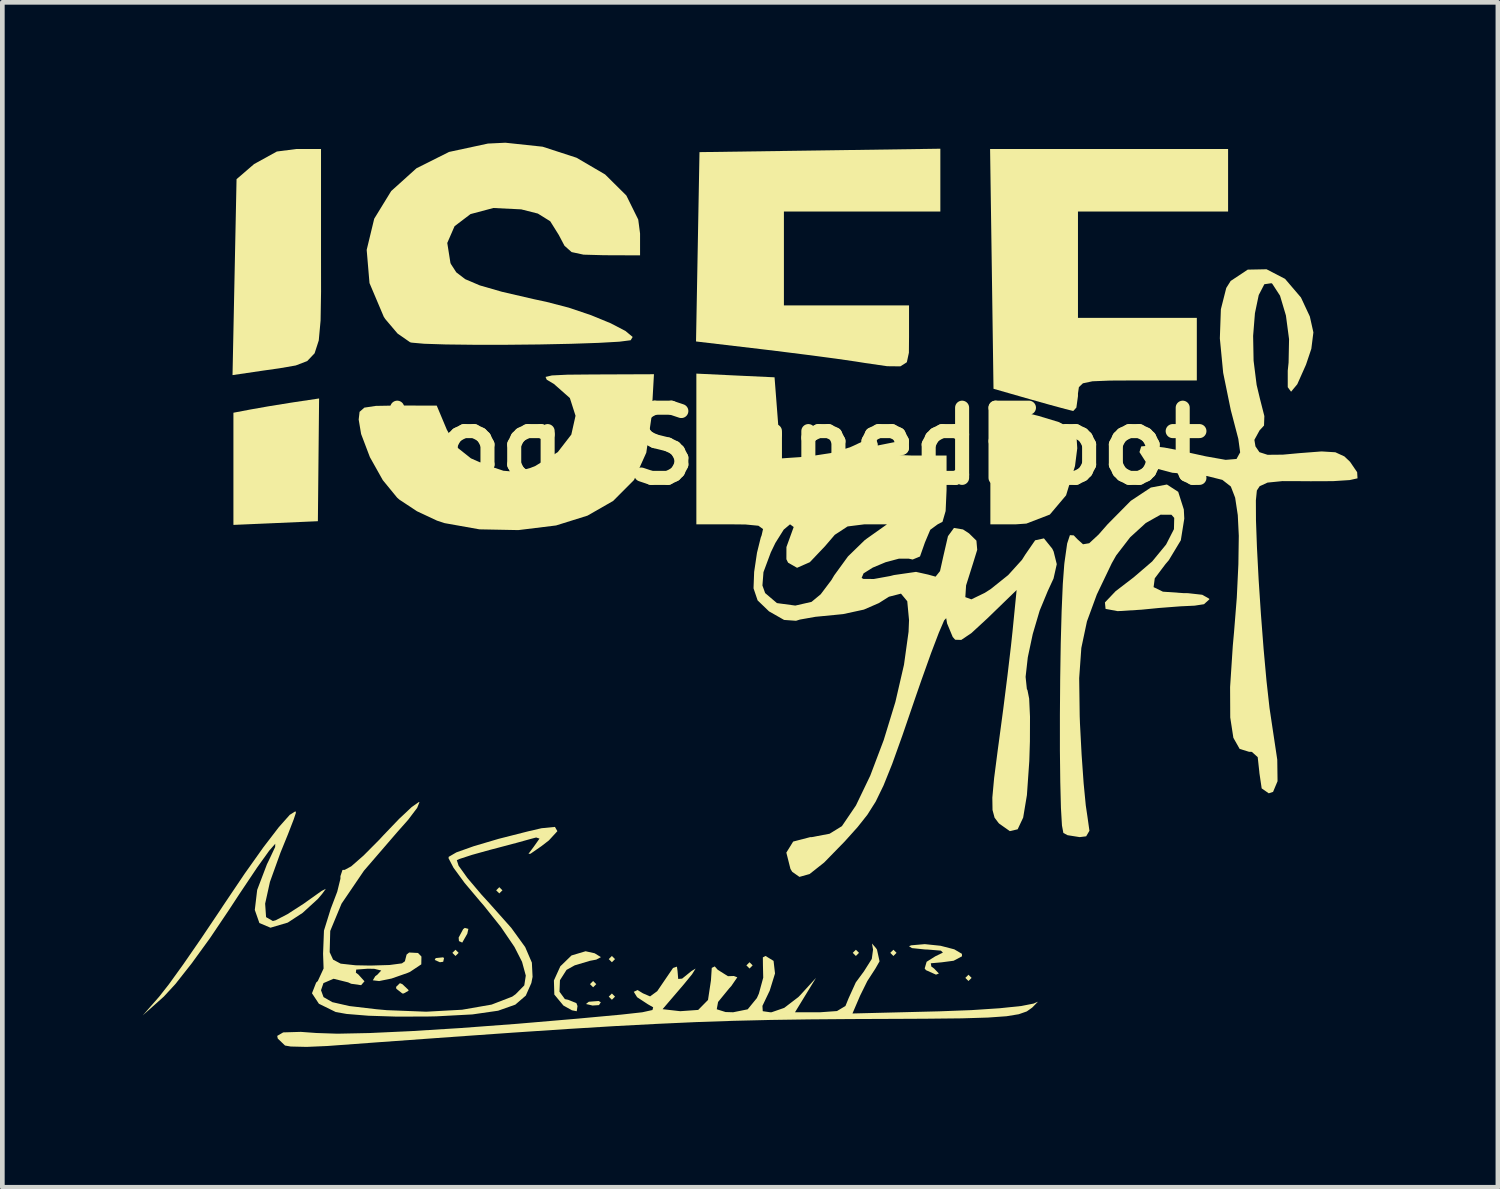
<source format=kicad_pcb>
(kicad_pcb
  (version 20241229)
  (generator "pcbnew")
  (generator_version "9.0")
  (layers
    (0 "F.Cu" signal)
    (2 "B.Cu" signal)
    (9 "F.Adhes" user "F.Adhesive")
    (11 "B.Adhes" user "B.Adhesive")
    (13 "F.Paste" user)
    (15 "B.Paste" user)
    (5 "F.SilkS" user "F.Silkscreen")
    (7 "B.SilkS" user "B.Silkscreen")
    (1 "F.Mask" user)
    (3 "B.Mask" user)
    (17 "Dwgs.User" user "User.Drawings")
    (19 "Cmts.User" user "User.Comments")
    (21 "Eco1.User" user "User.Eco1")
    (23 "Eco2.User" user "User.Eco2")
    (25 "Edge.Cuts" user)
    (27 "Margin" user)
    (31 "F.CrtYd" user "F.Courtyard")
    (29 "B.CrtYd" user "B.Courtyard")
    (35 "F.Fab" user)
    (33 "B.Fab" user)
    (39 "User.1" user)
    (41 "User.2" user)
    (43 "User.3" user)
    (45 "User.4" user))
  (footprint "LogoSignedFoot"
    (layer "F.Cu")
    (at 13.903 6.484)
    (property "Reference" "LogoSignedFoot" (at 0 0 0) (layer "F.SilkS") (effects (font (size 1.5 1.5) (thickness 0.3))))
    (attr board_only exclude_from_pos_files exclude_from_bom)
    (fp_poly (pts (xy -7.152 10.828) (xy -7.219 10.895) (xy -7.286 10.828) (xy -7.219 10.762)) (stroke (width 0) (type solid)) (fill yes) (layer "F.SilkS"))
    (fp_poly (pts (xy -6.216 9.492) (xy -6.283 9.558) (xy -6.35 9.492) (xy -6.283 9.425)) (stroke (width 0) (type solid)) (fill yes) (layer "F.SilkS"))
    (fp_poly (pts (xy -4.211 11.497) (xy -4.278 11.564) (xy -4.345 11.497) (xy -4.278 11.43)) (stroke (width 0) (type solid)) (fill yes) (layer "F.SilkS"))
    (fp_poly (pts (xy -3.81 10.962) (xy -3.877 11.029) (xy -3.944 10.962) (xy -3.877 10.895)) (stroke (width 0) (type solid)) (fill yes) (layer "F.SilkS"))
    (fp_poly (pts (xy -3.81 11.764) (xy -3.877 11.831) (xy -3.944 11.764) (xy -3.877 11.697)) (stroke (width 0) (type solid)) (fill yes) (layer "F.SilkS"))
    (fp_poly (pts (xy -0.869 11.096) (xy -0.936 11.163) (xy -1.003 11.096) (xy -0.936 11.029)) (stroke (width 0) (type solid)) (fill yes) (layer "F.SilkS"))
    (fp_poly (pts (xy 1.404 10.828) (xy 1.337 10.895) (xy 1.27 10.828) (xy 1.337 10.762)) (stroke (width 0) (type solid)) (fill yes) (layer "F.SilkS"))
    (fp_poly (pts (xy 2.206 10.828) (xy 2.139 10.895) (xy 2.072 10.828) (xy 2.139 10.762)) (stroke (width 0) (type solid)) (fill yes) (layer "F.SilkS"))
    (fp_poly (pts (xy 3.81 11.363) (xy 3.743 11.43) (xy 3.676 11.363) (xy 3.743 11.296)) (stroke (width 0) (type solid)) (fill yes) (layer "F.SilkS"))
    (fp_poly (pts (xy -7.464 10.94) (xy -7.482 11.019) (xy -7.553 11.029) (xy -7.663 10.98) (xy -7.642 10.94) (xy -7.484 10.924)) (stroke (width 0) (type solid)) (fill yes) (layer "F.SilkS"))
    (fp_poly (pts (xy -4.114 11.884) (xy -4.153 11.945) (xy -4.289 11.954) (xy -4.432 11.922) (xy -4.37 11.873) (xy -4.161 11.857)) (stroke (width 0) (type solid)) (fill yes) (layer "F.SilkS"))
    (fp_poly (pts (xy -6.944 10.316) (xy -6.967 10.42) (xy -7.075 10.609) (xy -7.145 10.577) (xy -7.152 10.502) (xy -7.055 10.321) (xy -7.02 10.295)) (stroke (width 0) (type solid)) (fill yes) (layer "F.SilkS"))
    (fp_poly (pts (xy -8.355 11.497) (xy -8.228 11.617) (xy -8.222 11.638) (xy -8.325 11.696) (xy -8.355 11.697) (xy -8.484 11.595) (xy -8.489 11.556) (xy -8.407 11.476)) (stroke (width 0) (type solid)) (fill yes) (layer "F.SilkS"))
    (fp_poly (pts (xy -10.147 0.292) (xy -10.16 1.604) (xy -11.062 1.644) (xy -11.965 1.683) (xy -11.965 0.485) (xy -11.965 -0.714) (xy -11.597 -0.784) (xy -11.217 -0.851) (xy -10.759 -0.925) (xy -10.682 -0.937) (xy -10.134 -1.019)) (stroke (width 0) (type solid)) (fill yes) (layer "F.SilkS"))
    (fp_poly (pts (xy 4.579 -0.809) (xy 5.237 -0.647) (xy 5.676 -0.514) (xy 5.934 -0.377) (xy 6.052 -0.202) (xy 6.068 0.045) (xy 6.023 0.399) (xy 6.019 0.427) (xy 5.829 1.051) (xy 5.482 1.462) (xy 4.981 1.655) (xy 4.752 1.671) (xy 4.211 1.671) (xy 4.211 0.387) (xy 4.211 -0.898)) (stroke (width 0) (type solid)) (fill yes) (layer "F.SilkS"))
    (fp_poly (pts (xy -10.093 -4.141) (xy -10.092 -3.299) (xy -10.102 -2.685) (xy -10.141 -2.259) (xy -10.23 -1.984) (xy -10.388 -1.818) (xy -10.633 -1.724) (xy -10.986 -1.663) (xy -11.339 -1.613) (xy -11.984 -1.518) (xy -11.941 -3.612) (xy -11.898 -5.705) (xy -11.523 -6.028) (xy -11.037 -6.296) (xy -10.62 -6.35) (xy -10.093 -6.35)) (stroke (width 0) (type solid)) (fill yes) (layer "F.SilkS"))
    (fp_poly (pts (xy -4.246 10.837) (xy -4.111 10.92) (xy -4.211 10.973) (xy -4.345 10.998) (xy -4.671 11.095) (xy -4.846 11.192) (xy -4.987 11.413) (xy -4.997 11.659) (xy -4.881 11.817) (xy -4.813 11.831) (xy -4.635 11.903) (xy -4.612 11.965) (xy -4.628 12.076) (xy -4.731 12.056) (xy -4.913 11.954) (xy -5.107 11.72) (xy -5.116 11.418) (xy -4.979 11.116) (xy -4.74 10.884) (xy -4.439 10.794)) (stroke (width 0) (type solid)) (fill yes) (layer "F.SilkS"))
    (fp_poly (pts (xy 3.146 10.677) (xy 3.44 10.753) (xy 3.603 10.849) (xy 3.605 10.902) (xy 3.426 10.997) (xy 3.167 11.031) (xy 2.938 11.051) (xy 2.95 11.121) (xy 3.008 11.163) (xy 3.111 11.27) (xy 3.049 11.294) (xy 2.835 11.198) (xy 2.807 11.162) (xy 2.849 11.019) (xy 3.033 10.903) (xy 3.197 10.823) (xy 3.154 10.781) (xy 2.876 10.758) (xy 2.807 10.755) (xy 2.536 10.727) (xy 2.472 10.686) (xy 2.52 10.667) (xy 2.81 10.642)) (stroke (width 0) (type solid)) (fill yes) (layer "F.SilkS"))
    (fp_poly (pts (xy 3.142 -5.684) (xy 3.142 -5.013) (xy 1.471 -5.013) (xy -0.201 -5.013) (xy -0.201 -4.011) (xy -0.201 -3.008) (xy 1.136 -3.008) (xy 2.473 -3.008) (xy 2.473 -2.339) (xy 2.47 -1.996) (xy 2.426 -1.793) (xy 2.288 -1.705) (xy 2.006 -1.708) (xy 1.525 -1.778) (xy 1.337 -1.808) (xy 0.908 -1.87) (xy 0.31 -1.949) (xy -0.357 -2.033) (xy -0.705 -2.075) (xy -2.079 -2.237) (xy -2.042 -4.26) (xy -2.005 -6.283) (xy 0.568 -6.319) (xy 3.142 -6.356)) (stroke (width 0) (type solid)) (fill yes) (layer "F.SilkS"))
    (fp_poly (pts (xy 9.291 -5.682) (xy 9.291 -5.013) (xy 7.687 -5.013) (xy 6.083 -5.013) (xy 6.083 -3.877) (xy 6.083 -2.741) (xy 7.353 -2.741) (xy 8.623 -2.741) (xy 8.623 -2.072) (xy 8.623 -1.404) (xy 7.353 -1.404) (xy 6.764 -1.401) (xy 6.393 -1.386) (xy 6.189 -1.343) (xy 6.103 -1.261) (xy 6.083 -1.126) (xy 6.083 -1.069) (xy 6.049 -0.824) (xy 5.982 -0.751) (xy 5.81 -0.794) (xy 5.461 -0.889) (xy 5.08 -0.996) (xy 4.278 -1.226) (xy 4.242 -3.788) (xy 4.205 -6.35) (xy 6.748 -6.35) (xy 9.291 -6.35)) (stroke (width 0) (type solid)) (fill yes) (layer "F.SilkS"))
    (fp_poly (pts (xy -3.029 -0.632) (xy -3.142 0.14) (xy -3.404 0.723) (xy -3.85 1.171) (xy -4.398 1.485) (xy -5.07 1.695) (xy -5.876 1.794) (xy -6.707 1.778) (xy -7.453 1.645) (xy -7.614 1.592) (xy -8.043 1.391) (xy -8.417 1.144) (xy -8.467 1.1) (xy -8.773 0.726) (xy -9.048 0.236) (xy -9.236 -0.259) (xy -9.288 -0.568) (xy -9.269 -0.733) (xy -9.167 -0.823) (xy -8.921 -0.86) (xy -8.47 -0.868) (xy -8.456 -0.868) (xy -7.62 -0.866) (xy -7.404 -0.351) (xy -7.194 0.019) (xy -6.889 0.261) (xy -6.588 0.394) (xy -6.195 0.526) (xy -5.914 0.549) (xy -5.617 0.465) (xy -5.512 0.423) (xy -5.034 0.128) (xy -4.744 -0.247) (xy -4.654 -0.649) (xy -4.775 -1.028) (xy -5.115 -1.328) (xy -5.269 -1.42) (xy -5.295 -1.479) (xy -5.159 -1.511) (xy -4.826 -1.527) (xy -4.263 -1.532) (xy -4.229 -1.532) (xy -2.978 -1.537)) (stroke (width 0) (type solid)) (fill yes) (layer "F.SilkS"))
    (fp_poly (pts (xy -10.629 7.833) (xy -10.676 7.975) (xy -10.799 8.293) (xy -10.96 8.689) (xy -11.184 9.311) (xy -11.287 9.777) (xy -11.267 10.065) (xy -11.122 10.148) (xy -11.062 10.132) (xy -10.809 10.001) (xy -10.465 9.779) (xy -10.361 9.705) (xy -10.08 9.505) (xy -9.99 9.46) (xy -10.067 9.566) (xy -10.16 9.676) (xy -10.486 9.974) (xy -10.804 10.182) (xy -11.173 10.291) (xy -11.41 10.191) (xy -11.508 9.911) (xy -11.457 9.483) (xy -11.248 8.934) (xy -11.21 8.857) (xy -11.073 8.566) (xy -11.071 8.497) (xy -11.201 8.646) (xy -11.459 9.006) (xy -11.838 9.572) (xy -12.07 9.926) (xy -12.467 10.516) (xy -12.861 11.059) (xy -13.205 11.495) (xy -13.453 11.764) (xy -13.453 11.764) (xy -13.903 12.165) (xy -13.551 11.764) (xy -13.346 11.503) (xy -13.036 11.073) (xy -12.66 10.529) (xy -12.256 9.928) (xy -12.181 9.814) (xy -11.726 9.138) (xy -11.325 8.573) (xy -10.996 8.144) (xy -10.761 7.879) (xy -10.64 7.803)) (stroke (width 0) (type solid)) (fill yes) (layer "F.SilkS"))
    (fp_poly (pts (xy -5.357 -6.399) (xy -4.632 -6.163) (xy -4.022 -5.806) (xy -3.568 -5.356) (xy -3.314 -4.842) (xy -3.275 -4.545) (xy -3.275 -4.077) (xy -4.044 -4.08) (xy -4.483 -4.092) (xy -4.738 -4.147) (xy -4.89 -4.282) (xy -5.013 -4.515) (xy -5.195 -4.806) (xy -5.459 -4.97) (xy -5.815 -5.06) (xy -6.41 -5.089) (xy -6.898 -4.959) (xy -7.239 -4.7) (xy -7.395 -4.342) (xy -7.327 -3.914) (xy -7.316 -3.89) (xy -7.202 -3.714) (xy -7.011 -3.568) (xy -6.699 -3.435) (xy -6.224 -3.298) (xy -5.541 -3.14) (xy -5.279 -3.084) (xy -4.797 -2.959) (xy -4.321 -2.798) (xy -3.901 -2.625) (xy -3.588 -2.462) (xy -3.433 -2.333) (xy -3.476 -2.263) (xy -3.718 -2.232) (xy -4.162 -2.207) (xy -4.751 -2.187) (xy -5.428 -2.173) (xy -6.138 -2.166) (xy -6.822 -2.166) (xy -7.425 -2.173) (xy -7.889 -2.188) (xy -8.157 -2.212) (xy -8.189 -2.22) (xy -8.457 -2.406) (xy -8.721 -2.717) (xy -8.752 -2.765) (xy -9.057 -3.485) (xy -9.117 -4.194) (xy -8.956 -4.86) (xy -8.593 -5.452) (xy -8.053 -5.938) (xy -7.357 -6.287) (xy -6.526 -6.466) (xy -6.153 -6.484)) (stroke (width 0) (type solid)) (fill yes) (layer "F.SilkS"))
    (fp_poly (pts (xy 8.225 0.976) (xy 8.345 1.353) (xy 8.355 1.549) (xy 8.281 2.012) (xy 8.024 2.438) (xy 7.953 2.521) (xy 7.724 2.825) (xy 7.699 3.013) (xy 7.898 3.11) (xy 8.339 3.141) (xy 8.433 3.142) (xy 8.738 3.176) (xy 8.887 3.26) (xy 8.89 3.275) (xy 8.776 3.378) (xy 8.575 3.409) (xy 8.274 3.423) (xy 7.819 3.458) (xy 7.439 3.495) (xy 6.932 3.526) (xy 6.673 3.478) (xy 6.659 3.34) (xy 6.887 3.1) (xy 7.274 2.803) (xy 7.669 2.464) (xy 7.966 2.103) (xy 8.134 1.774) (xy 8.14 1.533) (xy 8.08 1.466) (xy 7.848 1.465) (xy 7.533 1.642) (xy 7.198 1.948) (xy 6.9 2.335) (xy 6.805 2.503) (xy 6.486 3.17) (xy 6.275 3.745) (xy 6.155 4.312) (xy 6.109 4.958) (xy 6.12 5.767) (xy 6.126 5.932) (xy 6.161 6.596) (xy 6.204 7.203) (xy 6.25 7.678) (xy 6.286 7.921) (xy 6.328 8.219) (xy 6.258 8.338) (xy 6.12 8.355) (xy 5.86 8.314) (xy 5.771 8.266) (xy 5.741 8.107) (xy 5.719 7.729) (xy 5.705 7.179) (xy 5.697 6.505) (xy 5.697 5.754) (xy 5.703 4.975) (xy 5.715 4.215) (xy 5.734 3.523) (xy 5.759 2.944) (xy 5.79 2.529) (xy 5.795 2.485) (xy 5.852 2.081) (xy 5.911 1.902) (xy 5.993 1.907) (xy 6.068 1.986) (xy 6.191 2.097) (xy 6.323 2.075) (xy 6.523 1.89) (xy 6.716 1.67) (xy 7.211 1.169) (xy 7.64 0.885) (xy 7.984 0.82)) (stroke (width 0) (type solid)) (fill yes) (layer "F.SilkS"))
    (fp_poly (pts (xy 10.508 -3.575) (xy 10.848 -3.177) (xy 11.038 -2.771) (xy 11.114 -2.431) (xy 11.07 -2.08) (xy 10.956 -1.741) (xy 10.77 -1.323) (xy 10.637 -1.163) (xy 10.566 -1.26) (xy 10.566 -1.612) (xy 10.584 -1.786) (xy 10.594 -2.286) (xy 10.527 -2.792) (xy 10.401 -3.215) (xy 10.236 -3.469) (xy 10.217 -3.482) (xy 10.066 -3.46) (xy 9.946 -3.229) (xy 9.865 -2.842) (xy 9.826 -2.356) (xy 9.836 -1.826) (xy 9.901 -1.309) (xy 9.971 -1.016) (xy 10.066 -0.643) (xy 10.059 -0.44) (xy 9.964 -0.337) (xy 9.853 -0.134) (xy 9.876 0.005) (xy 9.961 0.129) (xy 10.135 0.185) (xy 10.462 0.182) (xy 10.809 0.15) (xy 11.289 0.113) (xy 11.584 0.131) (xy 11.777 0.22) (xy 11.897 0.334) (xy 12.049 0.557) (xy 12.057 0.688) (xy 11.891 0.725) (xy 11.532 0.748) (xy 11.052 0.75) (xy 10.982 0.749) (xy 10.454 0.747) (xy 10.134 0.779) (xy 9.966 0.856) (xy 9.906 0.948) (xy 9.885 1.159) (xy 9.887 1.583) (xy 9.908 2.166) (xy 9.944 2.855) (xy 9.993 3.595) (xy 10.05 4.334) (xy 10.112 5.017) (xy 10.176 5.592) (xy 10.237 6.001) (xy 10.342 6.7) (xy 10.348 7.16) (xy 10.252 7.389) (xy 10.16 7.419) (xy 10.009 7.314) (xy 9.96 6.983) (xy 9.959 6.966) (xy 9.924 6.646) (xy 9.798 6.533) (xy 9.74 6.532) (xy 9.538 6.47) (xy 9.404 6.233) (xy 9.337 5.799) (xy 9.334 5.149) (xy 9.392 4.263) (xy 9.418 3.977) (xy 9.477 3.239) (xy 9.511 2.526) (xy 9.52 1.916) (xy 9.499 1.488) (xy 9.498 1.472) (xy 9.442 1.102) (xy 9.35 0.863) (xy 9.169 0.721) (xy 8.846 0.64) (xy 8.327 0.587) (xy 8.101 0.569) (xy 7.777 0.484) (xy 7.519 0.317) (xy 7.397 0.127) (xy 7.435 0.006) (xy 7.597 -0.01) (xy 7.929 0.03) (xy 8.166 0.075) (xy 8.816 0.218) (xy 9.239 0.293) (xy 9.471 0.274) (xy 9.549 0.133) (xy 9.51 -0.154) (xy 9.39 -0.614) (xy 9.349 -0.77) (xy 9.186 -1.567) (xy 9.115 -2.303) (xy 9.137 -2.926) (xy 9.252 -3.38) (xy 9.346 -3.53) (xy 9.711 -3.772) (xy 10.113 -3.78)) (stroke (width 0) (type solid)) (fill yes) (layer "F.SilkS"))
    (fp_poly (pts (xy 1.764 10.724) (xy 1.788 10.759) (xy 1.843 11.009) (xy 1.757 11.16) (xy 1.581 11.432) (xy 1.427 11.744) (xy 1.264 12.124) (xy 3.118 12.078) (xy 3.808 12.052) (xy 4.411 12.012) (xy 4.872 11.964) (xy 5.136 11.912) (xy 5.166 11.898) (xy 5.228 11.872) (xy 5.106 11.997) (xy 5.105 11.998) (xy 4.989 12.08) (xy 4.818 12.14) (xy 4.555 12.183) (xy 4.161 12.211) (xy 3.6 12.228) (xy 2.833 12.236) (xy 2.224 12.239) (xy 1.232 12.243) (xy 0.34 12.25) (xy -0.486 12.262) (xy -1.281 12.281) (xy -2.078 12.308) (xy -2.913 12.346) (xy -3.82 12.394) (xy -4.834 12.456) (xy -5.989 12.533) (xy -7.319 12.627) (xy -8.859 12.738) (xy -9.959 12.819) (xy -10.399 12.838) (xy -10.74 12.83) (xy -10.862 12.809) (xy -11.017 12.66) (xy -11.029 12.603) (xy -10.901 12.528) (xy -10.524 12.517) (xy -10.193 12.541) (xy -9.743 12.556) (xy -9.058 12.542) (xy -8.169 12.501) (xy -7.108 12.435) (xy -5.907 12.345) (xy -4.595 12.233) (xy -3.676 12.148) (xy -3.226 12.098) (xy -3.01 12.05) (xy -2.995 11.992) (xy -3.108 11.927) (xy -3.338 11.776) (xy -3.409 11.661) (xy -3.328 11.623) (xy -3.214 11.693) (xy -3.061 11.759) (xy -2.908 11.647) (xy -2.746 11.409) (xy -2.57 11.151) (xy -2.487 11.123) (xy -2.474 11.217) (xy -2.46 11.386) (xy -2.376 11.379) (xy -2.176 11.217) (xy -2.088 11.164) (xy -2.163 11.285) (xy -2.336 11.497) (xy -2.794 12.032) (xy -2.417 12.075) (xy -2.033 12.048) (xy -1.823 11.835) (xy -1.76 11.417) (xy -1.743 11.15) (xy -1.679 11.118) (xy -1.615 11.19) (xy -1.397 11.327) (xy -1.27 11.323) (xy -1.197 11.351) (xy -1.324 11.536) (xy -1.37 11.587) (xy -1.608 11.878) (xy -1.636 12.034) (xy -1.448 12.093) (xy -1.286 12.098) (xy -0.975 12.035) (xy -0.779 11.795) (xy -0.736 11.7) (xy -0.643 11.359) (xy -0.649 11.099) (xy -0.649 11.098) (xy -0.651 10.925) (xy -0.593 10.895) (xy -0.422 11) (xy -0.391 11.269) (xy -0.505 11.638) (xy -0.528 11.685) (xy -0.66 11.962) (xy -0.653 12.075) (xy -0.495 12.098) (xy -0.465 12.098) (xy -0.194 12.004) (xy 0.108 11.773) (xy 0.149 11.731) (xy 0.485 11.363) (xy 0.26 11.731) (xy 0.036 12.098) (xy 0.572 12.098) (xy 0.933 12.072) (xy 1.114 11.964) (xy 1.183 11.795) (xy 1.335 11.46) (xy 1.509 11.224) (xy 1.677 10.958) (xy 1.704 10.759) (xy 1.681 10.629)) (stroke (width 0) (type solid)) (fill yes) (layer "F.SilkS"))
    (fp_poly (pts (xy -7.989 7.608) (xy -8.038 7.73) (xy -8.23 7.984) (xy -8.463 8.247) (xy -9.176 9.074) (xy -9.654 9.777) (xy -9.896 10.36) (xy -9.908 10.814) (xy -9.835 10.973) (xy -9.673 11.059) (xy -9.355 11.094) (xy -9.039 11.1) (xy -8.629 11.088) (xy -8.364 11.053) (xy -8.301 11.009) (xy -8.264 10.865) (xy -8.209 10.821) (xy -8.02 10.831) (xy -7.947 10.907) (xy -7.95 11.074) (xy -8.193 11.236) (xy -8.245 11.258) (xy -8.585 11.377) (xy -8.851 11.431) (xy -8.986 11.415) (xy -8.933 11.327) (xy -8.89 11.296) (xy -8.806 11.206) (xy -8.952 11.17) (xy -9.091 11.167) (xy -9.341 11.186) (xy -9.348 11.252) (xy -9.295 11.291) (xy -9.164 11.436) (xy -9.236 11.519) (xy -9.448 11.489) (xy -9.514 11.459) (xy -9.825 11.382) (xy -10.041 11.475) (xy -10.093 11.627) (xy -10.039 11.774) (xy -9.851 11.882) (xy -9.488 11.965) (xy -8.91 12.033) (xy -8.69 12.053) (xy -7.846 12.086) (xy -7.079 12.044) (xy -6.448 11.934) (xy -6.007 11.764) (xy -5.934 11.712) (xy -5.749 11.523) (xy -5.717 11.314) (xy -5.797 11.02) (xy -5.959 10.702) (xy -6.25 10.274) (xy -6.614 9.818) (xy -6.693 9.727) (xy -7.025 9.333) (xy -7.262 9.009) (xy -7.367 8.808) (xy -7.365 8.777) (xy -7.2 8.681) (xy -6.826 8.548) (xy -6.298 8.392) (xy -5.669 8.232) (xy -5.381 8.165) (xy -5.094 8.137) (xy -5.042 8.228) (xy -5.224 8.426) (xy -5.385 8.55) (xy -5.616 8.71) (xy -5.66 8.712) (xy -5.549 8.564) (xy -5.424 8.387) (xy -5.495 8.363) (xy -5.616 8.395) (xy -5.908 8.476) (xy -6.323 8.586) (xy -6.484 8.628) (xy -6.865 8.734) (xy -7.134 8.822) (xy -7.191 8.848) (xy -7.153 8.966) (xy -6.965 9.228) (xy -6.661 9.587) (xy -6.5 9.763) (xy -6.026 10.296) (xy -5.73 10.705) (xy -5.587 11.037) (xy -5.572 11.341) (xy -5.598 11.473) (xy -5.717 11.742) (xy -5.941 11.935) (xy -6.309 12.065) (xy -6.858 12.144) (xy -7.628 12.185) (xy -7.821 12.189) (xy -8.479 12.191) (xy -9.079 12.172) (xy -9.546 12.134) (xy -9.778 12.093) (xy -10.138 11.916) (xy -10.286 11.692) (xy -10.197 11.464) (xy -10.162 11.431) (xy -10.038 11.163) (xy -10.049 10.847) (xy -10.03 10.353) (xy -9.885 9.886) (xy -9.746 9.521) (xy -9.678 9.244) (xy -9.678 9.189) (xy -9.634 9.056) (xy -9.587 9.055) (xy -9.448 8.98) (xy -9.184 8.749) (xy -8.846 8.409) (xy -8.761 8.317) (xy -8.422 7.963) (xy -8.153 7.711) (xy -8.003 7.606)) (stroke (width 0) (type solid)) (fill yes) (layer "F.SilkS"))
    (fp_poly (pts (xy -1.237 -1.51) (xy -0.401 -1.471) (xy -0.334 -0.604) (xy -0.267 0.263) (xy 0.331 0.22) (xy 0.795 0.149) (xy 1.208 0.026) (xy 1.294 -0.012) (xy 1.612 -0.163) (xy 1.761 -0.177) (xy 1.804 -0.051) (xy 1.805 -0.000001) (xy 1.871 0.121) (xy 2.102 0.183) (xy 2.54 0.201) (xy 3.275 0.201) (xy 3.275 0.936) (xy 3.255 1.387) (xy 3.188 1.617) (xy 3.085 1.671) (xy 2.927 1.787) (xy 2.809 2.067) (xy 2.806 2.077) (xy 2.707 2.358) (xy 2.55 2.423) (xy 2.468 2.405) (xy 2.256 2.405) (xy 1.974 2.48) (xy 1.697 2.596) (xy 1.501 2.719) (xy 1.46 2.816) (xy 1.496 2.837) (xy 1.721 2.839) (xy 2.073 2.775) (xy 2.15 2.755) (xy 2.622 2.687) (xy 2.882 2.745) (xy 3.04 2.789) (xy 3.135 2.671) (xy 3.209 2.339) (xy 3.305 1.924) (xy 3.433 1.748) (xy 3.626 1.78) (xy 3.755 1.864) (xy 3.913 2.019) (xy 3.93 2.215) (xy 3.841 2.504) (xy 3.692 2.976) (xy 3.676 3.227) (xy 3.805 3.274) (xy 4.092 3.135) (xy 4.22 3.053) (xy 4.592 2.755) (xy 4.887 2.429) (xy 4.958 2.316) (xy 5.168 2.012) (xy 5.356 1.971) (xy 5.534 2.192) (xy 5.563 2.253) (xy 5.63 2.522) (xy 5.561 2.829) (xy 5.438 3.095) (xy 5.264 3.516) (xy 5.117 4.014) (xy 5.011 4.512) (xy 4.964 4.931) (xy 4.991 5.191) (xy 5.004 5.214) (xy 5.04 5.396) (xy 5.058 5.783) (xy 5.056 6.31) (xy 5.043 6.728) (xy 4.992 7.457) (xy 4.912 7.938) (xy 4.794 8.188) (xy 4.627 8.227) (xy 4.404 8.07) (xy 4.387 8.054) (xy 4.301 7.94) (xy 4.257 7.776) (xy 4.253 7.512) (xy 4.291 7.096) (xy 4.371 6.477) (xy 4.391 6.331) (xy 4.487 5.613) (xy 4.578 4.89) (xy 4.652 4.263) (xy 4.686 3.944) (xy 4.772 3.075) (xy 4.152 3.676) (xy 3.805 3.996) (xy 3.589 4.141) (xy 3.459 4.137) (xy 3.406 4.077) (xy 3.286 3.788) (xy 3.267 3.676) (xy 3.223 3.724) (xy 3.11 3.987) (xy 2.942 4.428) (xy 2.735 5.008) (xy 2.615 5.354) (xy 2.333 6.177) (xy 2.112 6.794) (xy 1.928 7.251) (xy 1.76 7.597) (xy 1.582 7.878) (xy 1.373 8.142) (xy 1.108 8.437) (xy 1.096 8.45) (xy 0.659 8.898) (xy 0.348 9.144) (xy 0.131 9.205) (xy -0.023 9.097) (xy -0.061 9.035) (xy -0.149 8.686) (xy -0.003 8.45) (xy 0.359 8.356) (xy 0.395 8.355) (xy 0.775 8.283) (xy 1.038 8.121) (xy 1.338 7.679) (xy 1.644 7.042) (xy 1.932 6.281) (xy 2.181 5.468) (xy 2.365 4.672) (xy 2.463 3.966) (xy 2.473 3.718) (xy 2.435 3.314) (xy 2.301 3.152) (xy 2.044 3.218) (xy 1.828 3.354) (xy 1.508 3.493) (xy 1.066 3.589) (xy 0.896 3.606) (xy 0.473 3.647) (xy 0.141 3.706) (xy 0.058 3.732) (xy -0.197 3.714) (xy -0.522 3.529) (xy -0.522 3.528) (xy -0.763 3.296) (xy -0.85 3.039) (xy -0.848 2.978) (xy -0.66 2.978) (xy -0.602 3.14) (xy -0.35 3.354) (xy 0.043 3.407) (xy 0.389 3.328) (xy 0.585 3.166) (xy 0.814 2.862) (xy 0.875 2.76) (xy 1.168 2.357) (xy 1.526 2.009) (xy 1.576 1.972) (xy 2.001 1.671) (xy 1.518 1.671) (xy 1.16 1.716) (xy 0.886 1.895) (xy 0.677 2.139) (xy 0.353 2.48) (xy 0.08 2.6) (xy -0.112 2.49) (xy -0.148 2.417) (xy -0.147 2.156) (xy -0.072 1.949) (xy 0.008 1.728) (xy -0.07 1.671) (xy -0.204 1.783) (xy -0.383 2.068) (xy -0.481 2.271) (xy -0.638 2.693) (xy -0.66 2.978) (xy -0.848 2.978) (xy -0.837 2.688) (xy -0.776 2.278) (xy -0.696 1.954) (xy -0.677 1.905) (xy -0.647 1.772) (xy -0.745 1.701) (xy -1.024 1.674) (xy -1.323 1.671) (xy -2.072 1.671) (xy -2.072 0.06) (xy -2.072 -1.55)) (stroke (width 0) (type solid)) (fill yes) (layer "F.SilkS")))
  (gr_rect
    (start -3 -3)
    (end 28.96 22.322)
    (stroke (width 0.1) (type default))
    (fill no)
    (layer "Edge.Cuts")))
</source>
